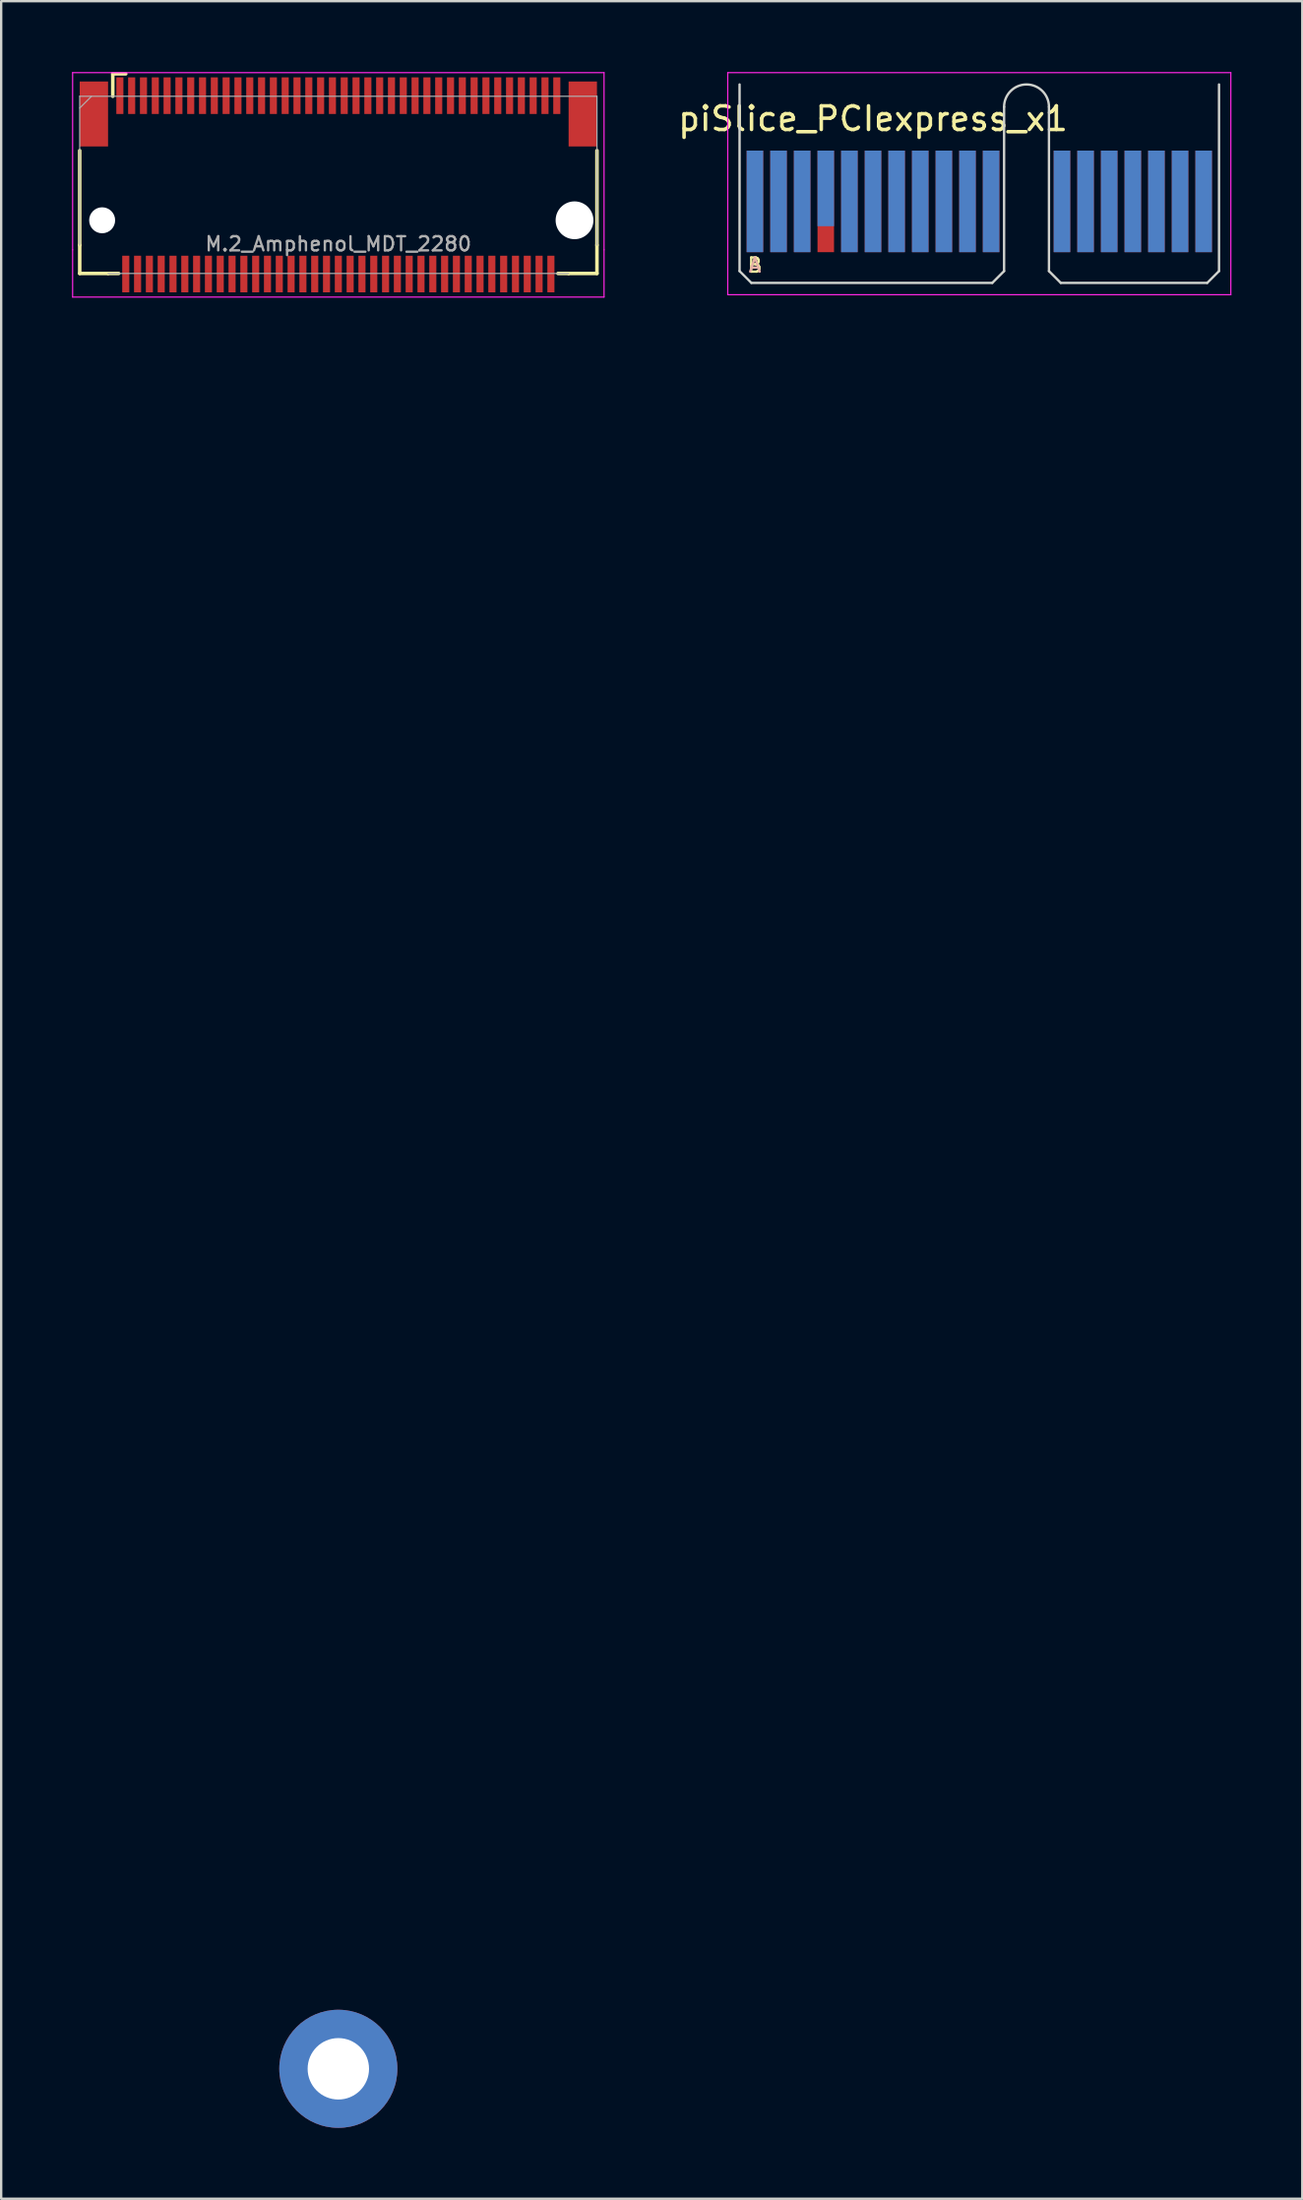
<source format=kicad_pcb>
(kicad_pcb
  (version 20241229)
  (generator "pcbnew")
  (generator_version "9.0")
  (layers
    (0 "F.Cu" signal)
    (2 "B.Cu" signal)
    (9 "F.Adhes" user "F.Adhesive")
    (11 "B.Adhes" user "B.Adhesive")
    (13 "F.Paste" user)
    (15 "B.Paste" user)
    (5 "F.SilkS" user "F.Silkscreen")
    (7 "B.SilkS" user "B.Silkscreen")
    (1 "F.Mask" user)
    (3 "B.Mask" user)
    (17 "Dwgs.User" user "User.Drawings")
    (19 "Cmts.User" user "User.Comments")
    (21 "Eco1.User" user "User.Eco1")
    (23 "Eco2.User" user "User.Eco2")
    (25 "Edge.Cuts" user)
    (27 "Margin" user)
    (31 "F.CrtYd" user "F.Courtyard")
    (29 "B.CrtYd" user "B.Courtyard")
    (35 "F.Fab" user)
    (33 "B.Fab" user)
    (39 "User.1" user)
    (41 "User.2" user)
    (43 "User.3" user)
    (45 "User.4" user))
  (footprint "M.2_Amphenol_MDT_2280"
    (layer "F.Cu")
    (at 11.275 6.275)
    (property "Reference" "M.2_Amphenol_MDT_2280" (at 0 1 0) (layer "F.Fab") (effects (font (size 0.6 0.6) (thickness 0.1))))
    (attr smd)
    (fp_line (start -10.95 1.05) (end -10.95 -2.95) (stroke (width 0.15) (type solid)) (layer "F.SilkS"))
    (fp_line (start -10.95 2.25) (end -10.95 1.05) (stroke (width 0.15) (type solid)) (layer "F.SilkS"))
    (fp_line (start -9.75 2.25) (end -10.95 2.25) (stroke (width 0.15) (type solid)) (layer "F.SilkS"))
    (fp_line (start -9.55 -6.2) (end -9 -6.2) (stroke (width 0.15) (type solid)) (layer "F.SilkS"))
    (fp_line (start -9.55 -5.25) (end -9.55 -6.2) (stroke (width 0.15) (type solid)) (layer "F.SilkS"))
    (fp_line (start -9.3 2.25) (end -9.75 2.25) (stroke (width 0.15) (type solid)) (layer "F.SilkS"))
    (fp_line (start 9.75 2.25) (end 9.3 2.25) (stroke (width 0.15) (type solid)) (layer "F.SilkS"))
    (fp_line (start 10.95 1.05) (end 10.95 -2.95) (stroke (width 0.15) (type solid)) (layer "F.SilkS"))
    (fp_line (start 10.95 1.05) (end 10.95 2.25) (stroke (width 0.15) (type solid)) (layer "F.SilkS"))
    (fp_line (start 10.95 2.25) (end 9.75 2.25) (stroke (width 0.15) (type solid)) (layer "F.SilkS"))
    (fp_line (start -11.25 -6.25) (end 11.25 -6.25) (stroke (width 0.05) (type solid)) (layer "F.CrtYd"))
    (fp_line (start -11.25 1.25) (end -11.25 -6.25) (stroke (width 0.05) (type solid)) (layer "F.CrtYd"))
    (fp_line (start -11.25 3.25) (end -11.25 1.25) (stroke (width 0.05) (type solid)) (layer "F.CrtYd"))
    (fp_line (start 11.25 -6.25) (end 11.25 1.25) (stroke (width 0.05) (type solid)) (layer "F.CrtYd"))
    (fp_line (start 11.25 1.25) (end 11.25 3.25) (stroke (width 0.05) (type solid)) (layer "F.CrtYd"))
    (fp_line (start 11.25 3.25) (end -11.25 3.25) (stroke (width 0.05) (type solid)) (layer "F.CrtYd"))
    (fp_line (start -10.95 -5.25) (end -10.95 1.05) (stroke (width 0.05) (type solid)) (layer "F.Fab"))
    (fp_line (start -10.95 -5.25) (end 10.95 -5.25) (stroke (width 0.05) (type solid)) (layer "F.Fab"))
    (fp_line (start -10.95 -4.75) (end -10.45 -5.25) (stroke (width 0.05) (type solid)) (layer "F.Fab"))
    (fp_line (start -9.75 2.25) (end 9.75 2.25) (stroke (width 0.05) (type solid)) (layer "F.Fab"))
    (fp_line (start 10.95 1.05) (end 10.95 -5.25) (stroke (width 0.05) (type solid)) (layer "F.Fab"))
    (pad "" np_thru_hole circle (at -10 0) (size 1.1 1.1) (drill 1.1) (layers "*.Cu"))
    (pad "" np_thru_hole circle (at 10 0) (size 1.6 1.6) (drill 1.6) (layers "*.Cu"))
    (pad "1" smd rect (at -9.25 -5.275) (size 0.3 1.55) (layers "F.Cu" "F.Mask" "F.Paste"))
    (pad "2" smd rect (at -9 2.275) (size 0.3 1.55) (layers "F.Cu" "F.Mask" "F.Paste"))
    (pad "3" smd rect (at -8.75 -5.275) (size 0.3 1.55) (layers "F.Cu" "F.Mask" "F.Paste"))
    (pad "4" smd rect (at -8.5 2.275) (size 0.3 1.55) (layers "F.Cu" "F.Mask" "F.Paste"))
    (pad "5" smd rect (at -8.25 -5.275) (size 0.3 1.55) (layers "F.Cu" "F.Mask" "F.Paste"))
    (pad "6" smd rect (at -8 2.275) (size 0.3 1.55) (layers "F.Cu" "F.Mask" "F.Paste"))
    (pad "7" smd rect (at -7.75 -5.275) (size 0.3 1.55) (layers "F.Cu" "F.Mask" "F.Paste"))
    (pad "8" smd rect (at -7.5 2.275) (size 0.3 1.55) (layers "F.Cu" "F.Mask" "F.Paste"))
    (pad "9" smd rect (at -7.25 -5.275) (size 0.3 1.55) (layers "F.Cu" "F.Mask" "F.Paste"))
    (pad "10" smd rect (at -7 2.275) (size 0.3 1.55) (layers "F.Cu" "F.Mask" "F.Paste"))
    (pad "11" smd rect (at -6.75 -5.275) (size 0.3 1.55) (layers "F.Cu" "F.Mask" "F.Paste"))
    (pad "12" smd rect (at -6.5 2.275) (size 0.3 1.55) (layers "F.Cu" "F.Mask" "F.Paste"))
    (pad "13" smd rect (at -6.25 -5.275) (size 0.3 1.55) (layers "F.Cu" "F.Mask" "F.Paste"))
    (pad "14" smd rect (at -6 2.275) (size 0.3 1.55) (layers "F.Cu" "F.Mask" "F.Paste"))
    (pad "15" smd rect (at -5.75 -5.275) (size 0.3 1.55) (layers "F.Cu" "F.Mask" "F.Paste"))
    (pad "16" smd rect (at -5.5 2.275) (size 0.3 1.55) (layers "F.Cu" "F.Mask" "F.Paste"))
    (pad "17" smd rect (at -5.25 -5.275) (size 0.3 1.55) (layers "F.Cu" "F.Mask" "F.Paste"))
    (pad "18" smd rect (at -5 2.275) (size 0.3 1.55) (layers "F.Cu" "F.Mask" "F.Paste"))
    (pad "19" smd rect (at -4.75 -5.275) (size 0.3 1.55) (layers "F.Cu" "F.Mask" "F.Paste"))
    (pad "20" smd rect (at -4.5 2.275) (size 0.3 1.55) (layers "F.Cu" "F.Mask" "F.Paste"))
    (pad "21" smd rect (at -4.25 -5.275) (size 0.3 1.55) (layers "F.Cu" "F.Mask" "F.Paste"))
    (pad "22" smd rect (at -4 2.275) (size 0.3 1.55) (layers "F.Cu" "F.Mask" "F.Paste"))
    (pad "23" smd rect (at -3.75 -5.275) (size 0.3 1.55) (layers "F.Cu" "F.Mask" "F.Paste"))
    (pad "24" smd rect (at -3.5 2.275) (size 0.3 1.55) (layers "F.Cu" "F.Mask" "F.Paste"))
    (pad "25" smd rect (at -3.25 -5.275) (size 0.3 1.55) (layers "F.Cu" "F.Mask" "F.Paste"))
    (pad "26" smd rect (at -3 2.275) (size 0.3 1.55) (layers "F.Cu" "F.Mask" "F.Paste"))
    (pad "27" smd rect (at -2.75 -5.275) (size 0.3 1.55) (layers "F.Cu" "F.Mask" "F.Paste"))
    (pad "28" smd rect (at -2.5 2.275) (size 0.3 1.55) (layers "F.Cu" "F.Mask" "F.Paste"))
    (pad "29" smd rect (at -2.25 -5.275) (size 0.3 1.55) (layers "F.Cu" "F.Mask" "F.Paste"))
    (pad "30" smd rect (at -2 2.275) (size 0.3 1.55) (layers "F.Cu" "F.Mask" "F.Paste"))
    (pad "31" smd rect (at -1.75 -5.275) (size 0.3 1.55) (layers "F.Cu" "F.Mask" "F.Paste"))
    (pad "32" smd rect (at -1.5 2.275) (size 0.3 1.55) (layers "F.Cu" "F.Mask" "F.Paste"))
    (pad "33" smd rect (at -1.25 -5.275) (size 0.3 1.55) (layers "F.Cu" "F.Mask" "F.Paste"))
    (pad "34" smd rect (at -1 2.275) (size 0.3 1.55) (layers "F.Cu" "F.Mask" "F.Paste"))
    (pad "35" smd rect (at -0.75 -5.275) (size 0.3 1.55) (layers "F.Cu" "F.Mask" "F.Paste"))
    (pad "36" smd rect (at -0.5 2.275) (size 0.3 1.55) (layers "F.Cu" "F.Mask" "F.Paste"))
    (pad "37" smd rect (at -0.25 -5.275) (size 0.3 1.55) (layers "F.Cu" "F.Mask" "F.Paste"))
    (pad "38" smd rect (at 0 2.275) (size 0.3 1.55) (layers "F.Cu" "F.Mask" "F.Paste"))
    (pad "39" smd rect (at 0.25 -5.275) (size 0.3 1.55) (layers "F.Cu" "F.Mask" "F.Paste"))
    (pad "40" smd rect (at 0.5 2.275) (size 0.3 1.55) (layers "F.Cu" "F.Mask" "F.Paste"))
    (pad "41" smd rect (at 0.75 -5.275) (size 0.3 1.55) (layers "F.Cu" "F.Mask" "F.Paste"))
    (pad "42" smd rect (at 1 2.275) (size 0.3 1.55) (layers "F.Cu" "F.Mask" "F.Paste"))
    (pad "43" smd rect (at 1.25 -5.275) (size 0.3 1.55) (layers "F.Cu" "F.Mask" "F.Paste"))
    (pad "44" smd rect (at 1.5 2.275) (size 0.3 1.55) (layers "F.Cu" "F.Mask" "F.Paste"))
    (pad "45" smd rect (at 1.75 -5.275) (size 0.3 1.55) (layers "F.Cu" "F.Mask" "F.Paste"))
    (pad "46" smd rect (at 2 2.275) (size 0.3 1.55) (layers "F.Cu" "F.Mask" "F.Paste"))
    (pad "47" smd rect (at 2.25 -5.275) (size 0.3 1.55) (layers "F.Cu" "F.Mask" "F.Paste"))
    (pad "48" smd rect (at 2.5 2.275) (size 0.3 1.55) (layers "F.Cu" "F.Mask" "F.Paste"))
    (pad "49" smd rect (at 2.75 -5.275) (size 0.3 1.55) (layers "F.Cu" "F.Mask" "F.Paste"))
    (pad "50" smd rect (at 3 2.275) (size 0.3 1.55) (layers "F.Cu" "F.Mask" "F.Paste"))
    (pad "51" smd rect (at 3.25 -5.275) (size 0.3 1.55) (layers "F.Cu" "F.Mask" "F.Paste"))
    (pad "52" smd rect (at 3.5 2.275) (size 0.3 1.55) (layers "F.Cu" "F.Mask" "F.Paste"))
    (pad "53" smd rect (at 3.75 -5.275) (size 0.3 1.55) (layers "F.Cu" "F.Mask" "F.Paste"))
    (pad "54" smd rect (at 4 2.275) (size 0.3 1.55) (layers "F.Cu" "F.Mask" "F.Paste"))
    (pad "55" smd rect (at 4.25 -5.275) (size 0.3 1.55) (layers "F.Cu" "F.Mask" "F.Paste"))
    (pad "56" smd rect (at 4.5 2.275) (size 0.3 1.55) (layers "F.Cu" "F.Mask" "F.Paste"))
    (pad "57" smd rect (at 4.75 -5.275) (size 0.3 1.55) (layers "F.Cu" "F.Mask" "F.Paste"))
    (pad "58" smd rect (at 5 2.275) (size 0.3 1.55) (layers "F.Cu" "F.Mask" "F.Paste"))
    (pad "59" smd rect (at 5.25 -5.275) (size 0.3 1.55) (layers "F.Cu" "F.Mask" "F.Paste"))
    (pad "60" smd rect (at 5.5 2.275) (size 0.3 1.55) (layers "F.Cu" "F.Mask" "F.Paste"))
    (pad "61" smd rect (at 5.75 -5.275) (size 0.3 1.55) (layers "F.Cu" "F.Mask" "F.Paste"))
    (pad "62" smd rect (at 6 2.275) (size 0.3 1.55) (layers "F.Cu" "F.Mask" "F.Paste"))
    (pad "63" smd rect (at 6.25 -5.275) (size 0.3 1.55) (layers "F.Cu" "F.Mask" "F.Paste"))
    (pad "64" smd rect (at 6.5 2.275) (size 0.3 1.55) (layers "F.Cu" "F.Mask" "F.Paste"))
    (pad "65" smd rect (at 6.75 -5.275) (size 0.3 1.55) (layers "F.Cu" "F.Mask" "F.Paste"))
    (pad "66" smd rect (at 7 2.275) (size 0.3 1.55) (layers "F.Cu" "F.Mask" "F.Paste"))
    (pad "67" smd rect (at 7.25 -5.275) (size 0.3 1.55) (layers "F.Cu" "F.Mask" "F.Paste"))
    (pad "68" smd rect (at 7.5 2.275) (size 0.3 1.55) (layers "F.Cu" "F.Mask" "F.Paste"))
    (pad "69" smd rect (at 7.75 -5.275) (size 0.3 1.55) (layers "F.Cu" "F.Mask" "F.Paste"))
    (pad "70" smd rect (at 8 2.275) (size 0.3 1.55) (layers "F.Cu" "F.Mask" "F.Paste"))
    (pad "71" smd rect (at 8.25 -5.275) (size 0.3 1.55) (layers "F.Cu" "F.Mask" "F.Paste"))
    (pad "72" smd rect (at 8.5 2.275) (size 0.3 1.55) (layers "F.Cu" "F.Mask" "F.Paste"))
    (pad "73" smd rect (at 8.75 -5.275) (size 0.3 1.55) (layers "F.Cu" "F.Mask" "F.Paste"))
    (pad "74" smd rect (at 9 2.275) (size 0.3 1.55) (layers "F.Cu" "F.Mask" "F.Paste"))
    (pad "75" smd rect (at 9.25 -5.275) (size 0.3 1.55) (layers "F.Cu" "F.Mask" "F.Paste"))
    (pad "76" thru_hole circle (at 0 78.25) (size 5 5) (drill 2.6) (layers "*.Cu" "*.Mask"))
    (pad "MP" smd rect (at -10.35 -4.5) (size 1.2 2.75) (layers "F.Cu" "F.Mask" "F.Paste"))
    (pad "MP" smd rect (at 10.35 -4.5) (size 1.2 2.75) (layers "F.Cu" "F.Mask" "F.Paste")))
  (footprint "piSlice_PCIexpress_x1"
    (layer "F.Cu")
    (at 28.913 5.475)
    (property "Reference" "piSlice_PCIexpress_x1" (at 5 -3.5 0) (layer "F.SilkS") (effects (font (size 1 1) (thickness 0.15))))
    (attr exclude_from_pos_files exclude_from_bom)
    (fp_line (start -0.65 -4.95) (end -0.65 2.95) (stroke (width 0.1) (type solid)) (layer "Edge.Cuts"))
    (fp_line (start -0.65 2.95) (end -0.15 3.45) (stroke (width 0.1) (type solid)) (layer "Edge.Cuts"))
    (fp_line (start -0.15 3.45) (end 10.05 3.45) (stroke (width 0.1) (type solid)) (layer "Edge.Cuts"))
    (fp_line (start 10.55 -4) (end 10.55 2.95) (stroke (width 0.1) (type solid)) (layer "Edge.Cuts"))
    (fp_line (start 10.55 2.95) (end 10.05 3.45) (stroke (width 0.1) (type solid)) (layer "Edge.Cuts"))
    (fp_line (start 12.45 -4) (end 12.45 2.95) (stroke (width 0.1) (type solid)) (layer "Edge.Cuts"))
    (fp_line (start 12.45 2.95) (end 12.95 3.45) (stroke (width 0.1) (type solid)) (layer "Edge.Cuts"))
    (fp_line (start 12.95 3.45) (end 19.15 3.45) (stroke (width 0.1) (type solid)) (layer "Edge.Cuts"))
    (fp_line (start 19.65 -4.95) (end 19.65 2.95) (stroke (width 0.1) (type solid)) (layer "Edge.Cuts"))
    (fp_line (start 19.65 2.95) (end 19.15 3.45) (stroke (width 0.1) (type solid)) (layer "Edge.Cuts"))
    (fp_arc (start 10.55 -4) (mid 11.5 -4.95) (end 12.45 -4) (stroke (width 0.1) (type solid)) (layer "Edge.Cuts"))
    (fp_line (start -1.15 -5.45) (end -1.15 3.95) (stroke (width 0.05) (type solid)) (layer "F.CrtYd"))
    (fp_line (start -1.15 -5.45) (end 20.15 -5.45) (stroke (width 0.05) (type solid)) (layer "F.CrtYd"))
    (fp_line (start 20.15 3.95) (end -1.15 3.95) (stroke (width 0.05) (type solid)) (layer "F.CrtYd"))
    (fp_line (start 20.15 3.95) (end 20.15 -5.45) (stroke (width 0.05) (type solid)) (layer "F.CrtYd"))
    (fp_text user "B" (at 0 2.7 0) (layer "F.SilkS") (effects (font (size 0.6 0.6) (thickness 0.1))))
    (fp_text user "A" (at 0 2.7 0) (layer "B.SilkS") (effects (font (size 0.6 0.6) (thickness 0.1))))
    (pad "A1" connect rect (at 0 0) (size 0.7 4.3) (layers "B.Cu" "B.Mask"))
    (pad "A2" connect rect (at 1 0) (size 0.7 4.3) (layers "B.Cu" "B.Mask"))
    (pad "A3" connect rect (at 2 0) (size 0.7 4.3) (layers "B.Cu" "B.Mask"))
    (pad "A4" connect rect (at 3 -0.55) (size 0.7 3.2) (layers "B.Cu" "B.Mask"))
    (pad "A5" connect rect (at 4 0) (size 0.7 4.3) (layers "B.Cu" "B.Mask"))
    (pad "A6" connect rect (at 5 0) (size 0.7 4.3) (layers "B.Cu" "B.Mask"))
    (pad "A7" connect rect (at 6 0) (size 0.7 4.3) (layers "B.Cu" "B.Mask"))
    (pad "A8" connect rect (at 7 0) (size 0.7 4.3) (layers "B.Cu" "B.Mask"))
    (pad "A9" connect rect (at 8 0) (size 0.7 4.3) (layers "B.Cu" "B.Mask"))
    (pad "A10" connect rect (at 9 0) (size 0.7 4.3) (layers "B.Cu" "B.Mask"))
    (pad "A11" connect rect (at 10 0) (size 0.7 4.3) (layers "B.Cu" "B.Mask"))
    (pad "A12" connect rect (at 13 0) (size 0.7 4.3) (layers "B.Cu" "B.Mask"))
    (pad "A13" connect rect (at 14 0) (size 0.7 4.3) (layers "B.Cu" "B.Mask"))
    (pad "A14" connect rect (at 15 0) (size 0.7 4.3) (layers "B.Cu" "B.Mask"))
    (pad "A15" connect rect (at 16 0) (size 0.7 4.3) (layers "B.Cu" "B.Mask"))
    (pad "A16" connect rect (at 17 0) (size 0.7 4.3) (layers "B.Cu" "B.Mask"))
    (pad "A17" connect rect (at 18 0) (size 0.7 4.3) (layers "B.Cu" "B.Mask"))
    (pad "A18" connect rect (at 19 0) (size 0.7 4.3) (layers "B.Cu" "B.Mask"))
    (pad "B1" connect rect (at 0 0) (size 0.7 4.3) (layers "F.Cu" "F.Mask"))
    (pad "B2" connect rect (at 1 0) (size 0.7 4.3) (layers "F.Cu" "F.Mask"))
    (pad "B3" connect rect (at 2 0) (size 0.7 4.3) (layers "F.Cu" "F.Mask"))
    (pad "B4" connect rect (at 3 0) (size 0.7 4.3) (layers "F.Cu" "F.Mask"))
    (pad "B5" connect rect (at 4 0) (size 0.7 4.3) (layers "F.Cu" "F.Mask"))
    (pad "B6" connect rect (at 5 0) (size 0.7 4.3) (layers "F.Cu" "F.Mask"))
    (pad "B7" connect rect (at 6 0) (size 0.7 4.3) (layers "F.Cu" "F.Mask"))
    (pad "B8" connect rect (at 7 0) (size 0.7 4.3) (layers "F.Cu" "F.Mask"))
    (pad "B9" connect rect (at 8 0) (size 0.7 4.3) (layers "F.Cu" "F.Mask"))
    (pad "B10" connect rect (at 9 0) (size 0.7 4.3) (layers "F.Cu" "F.Mask"))
    (pad "B11" connect rect (at 10 0) (size 0.7 4.3) (layers "F.Cu" "F.Mask"))
    (pad "B12" connect rect (at 13 0) (size 0.7 4.3) (layers "F.Cu" "F.Mask"))
    (pad "B13" connect rect (at 14 0) (size 0.7 4.3) (layers "F.Cu" "F.Mask"))
    (pad "B14" connect rect (at 15 0) (size 0.7 4.3) (layers "F.Cu" "F.Mask"))
    (pad "B15" connect rect (at 16 0) (size 0.7 4.3) (layers "F.Cu" "F.Mask"))
    (pad "B16" connect rect (at 17 0) (size 0.7 4.3) (layers "F.Cu" "F.Mask"))
    (pad "B17" connect rect (at 18 0) (size 0.7 4.3) (layers "F.Cu" "F.Mask"))
    (pad "B18" connect rect (at 19 0) (size 0.7 4.3) (layers "F.Cu" "F.Mask")))
  (gr_rect
    (start -3 -3)
    (end 52.088 90.025)
    (stroke (width 0.1) (type default))
    (fill no)
    (layer "Edge.Cuts")))
</source>
